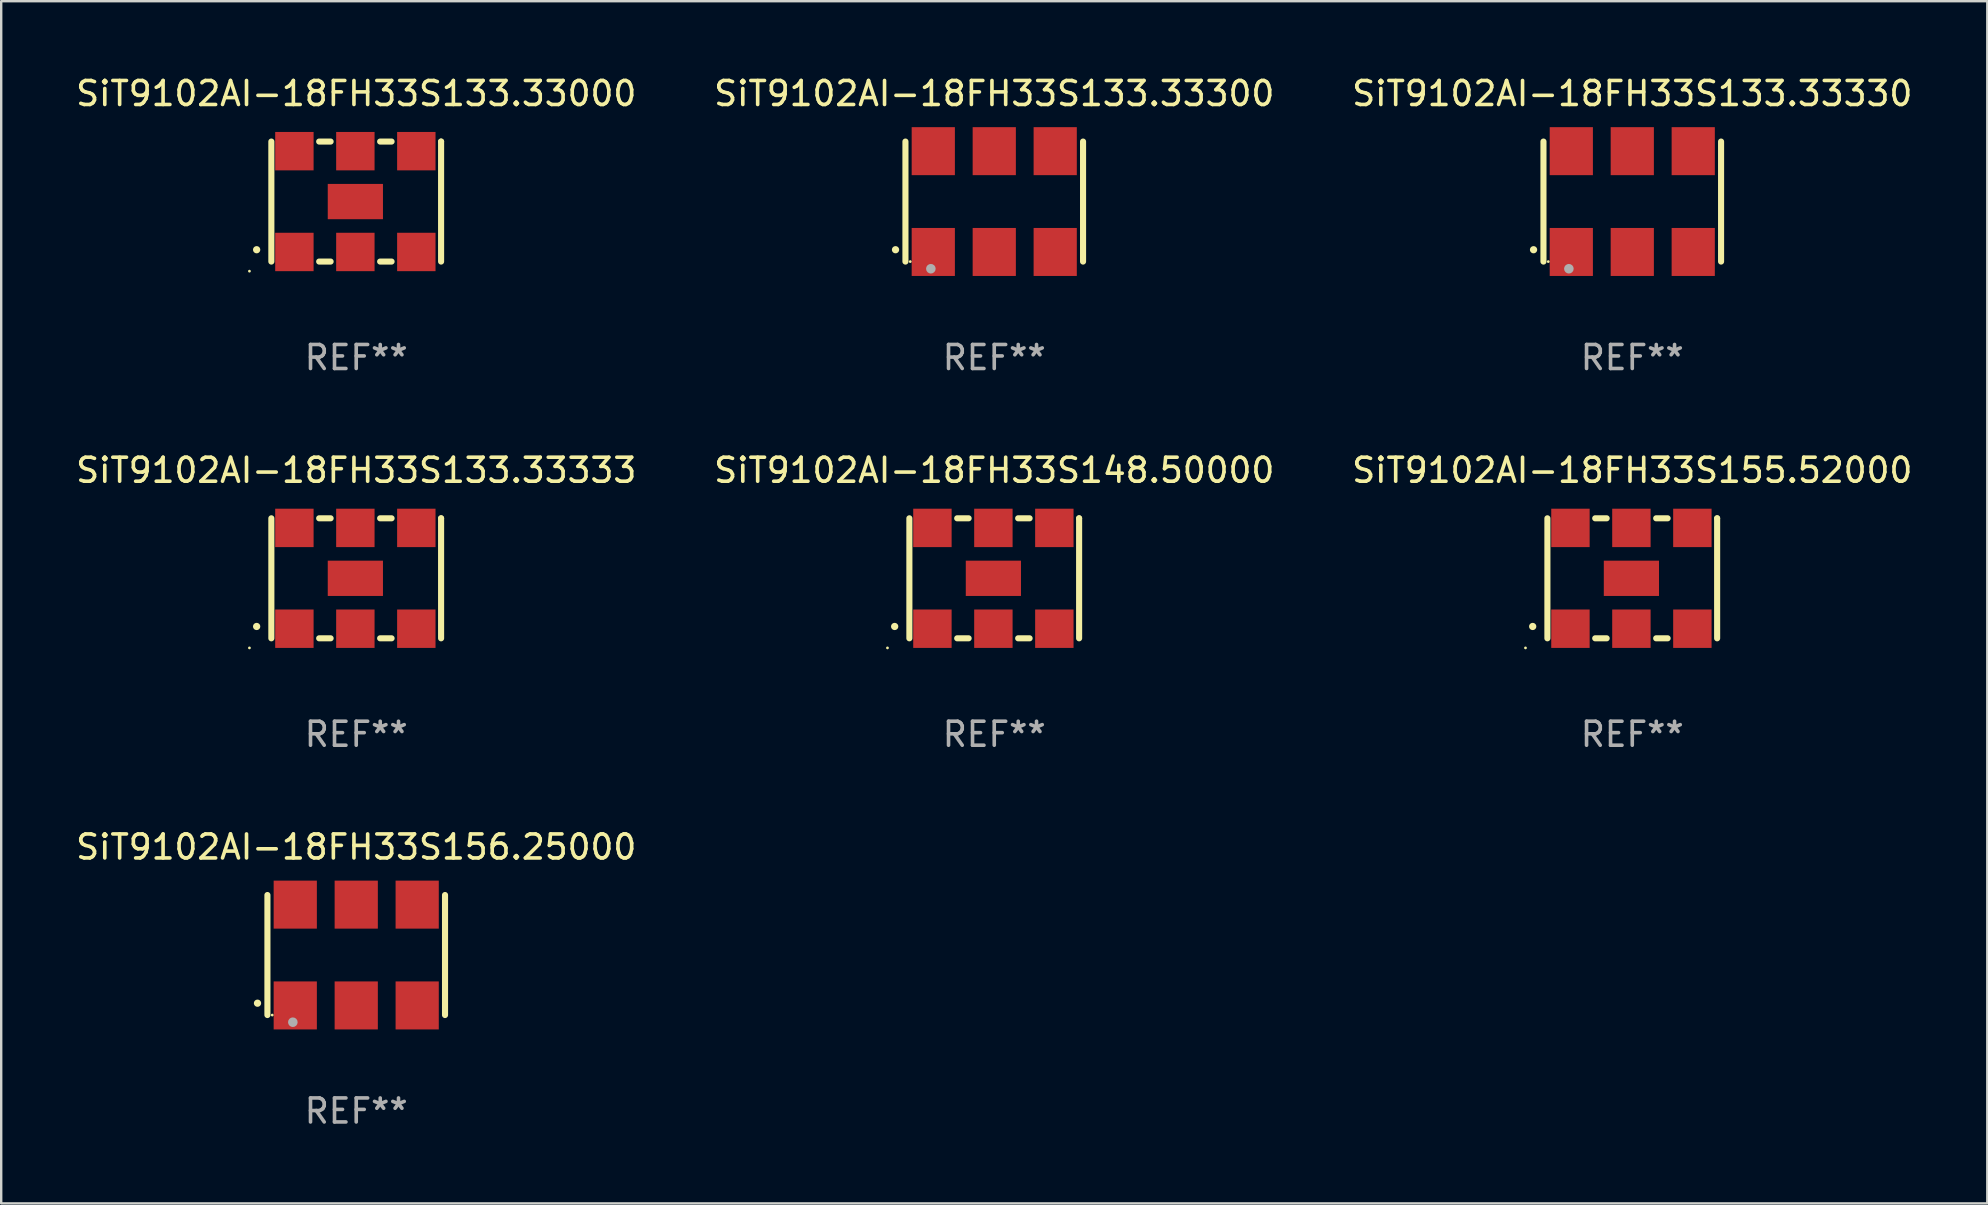
<source format=kicad_pcb>
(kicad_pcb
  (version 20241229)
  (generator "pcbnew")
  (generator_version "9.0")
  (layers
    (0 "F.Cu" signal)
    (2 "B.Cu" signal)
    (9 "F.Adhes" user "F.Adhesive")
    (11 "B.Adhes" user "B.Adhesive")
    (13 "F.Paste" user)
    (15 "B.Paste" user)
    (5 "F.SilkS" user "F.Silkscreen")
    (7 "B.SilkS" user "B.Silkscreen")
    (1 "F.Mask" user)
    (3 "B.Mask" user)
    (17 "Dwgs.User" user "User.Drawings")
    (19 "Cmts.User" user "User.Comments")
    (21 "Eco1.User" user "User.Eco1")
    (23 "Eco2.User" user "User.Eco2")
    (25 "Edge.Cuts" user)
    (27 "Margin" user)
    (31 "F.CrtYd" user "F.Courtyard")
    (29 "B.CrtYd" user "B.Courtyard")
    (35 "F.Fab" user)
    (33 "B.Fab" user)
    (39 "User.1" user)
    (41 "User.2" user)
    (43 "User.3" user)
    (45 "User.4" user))
  (footprint "SiT9102AI-18FH33S133.33333"
    (layer "F.Cu")
    (at 11.792 21.045)
    (property "Reference" "SiT9102AI-18FH33S133.33333" (at 0 -4.5 0) (layer "F.SilkS") (effects (font (size 1 1) (thickness 0.15))))
    (attr through_hole)
    (fp_line (start -3.536 -2.5) (end -3.536 2.5) (stroke (width 0.254) (type solid)) (layer "F.SilkS"))
    (fp_line (start -1.544 2.5) (end -1.067 2.5) (stroke (width 0.254) (type solid)) (layer "F.SilkS"))
    (fp_line (start -1.067 -2.5) (end -1.544 -2.5) (stroke (width 0.254) (type solid)) (layer "F.SilkS"))
    (fp_line (start 0.996 2.5) (end 1.473 2.5) (stroke (width 0.254) (type solid)) (layer "F.SilkS"))
    (fp_line (start 1.473 -2.5) (end 0.996 -2.5) (stroke (width 0.254) (type solid)) (layer "F.SilkS"))
    (fp_line (start 3.536 -2.5) (end 3.536 -2.5) (stroke (width 0.254) (type solid)) (layer "F.SilkS"))
    (fp_line (start 3.536 2.5) (end 3.536 -2.5) (stroke (width 0.254) (type solid)) (layer "F.SilkS"))
    (fp_arc (start -4.150432 2.006604) (mid -4.149162 2.006599) (end -4.147892 2.006604) (stroke (width 0.3) (type solid)) (layer "F.SilkS"))
    (fp_circle (center -4.449 2.9) (end -4.419 2.9) (stroke (width 0.06) (type solid)) (fill no) (layer "F.SilkS"))
    (fp_text user "REF**" (at 0 6.5 0) (layer "F.Fab") (effects (font (size 1 1) (thickness 0.15))))
    (pad "1" smd rect (at -2.576 2.1) (size 1.6 1.6) (layers "F.Cu" "F.Mask" "F.Paste"))
    (pad "2" smd rect (at -0.036 2.1) (size 1.6 1.6) (layers "F.Cu" "F.Mask" "F.Paste"))
    (pad "3" smd rect (at 2.504 2.1) (size 1.6 1.6) (layers "F.Cu" "F.Mask" "F.Paste"))
    (pad "4" smd rect (at 2.504 -2.1) (size 1.6 1.6) (layers "F.Cu" "F.Mask" "F.Paste"))
    (pad "5" smd rect (at -0.036 -2.1) (size 1.6 1.6) (layers "F.Cu" "F.Mask" "F.Paste"))
    (pad "6" smd rect (at -2.576 -2.1) (size 1.6 1.6) (layers "F.Cu" "F.Mask" "F.Paste"))
    (pad "7" smd rect (at -0.036 0) (size 2.3 1.47) (layers "F.Cu" "F.Mask" "F.Paste")))
  (footprint "SiT9102AI-18FH33S133.33000"
    (layer "F.Cu")
    (at 11.792 5.348)
    (property "Reference" "SiT9102AI-18FH33S133.33000" (at 0 -4.5 0) (layer "F.SilkS") (effects (font (size 1 1) (thickness 0.15))))
    (attr through_hole)
    (fp_line (start -3.536 -2.5) (end -3.536 2.5) (stroke (width 0.254) (type solid)) (layer "F.SilkS"))
    (fp_line (start -1.544 2.5) (end -1.067 2.5) (stroke (width 0.254) (type solid)) (layer "F.SilkS"))
    (fp_line (start -1.067 -2.5) (end -1.544 -2.5) (stroke (width 0.254) (type solid)) (layer "F.SilkS"))
    (fp_line (start 0.996 2.5) (end 1.473 2.5) (stroke (width 0.254) (type solid)) (layer "F.SilkS"))
    (fp_line (start 1.473 -2.5) (end 0.996 -2.5) (stroke (width 0.254) (type solid)) (layer "F.SilkS"))
    (fp_line (start 3.536 -2.5) (end 3.536 -2.5) (stroke (width 0.254) (type solid)) (layer "F.SilkS"))
    (fp_line (start 3.536 2.5) (end 3.536 -2.5) (stroke (width 0.254) (type solid)) (layer "F.SilkS"))
    (fp_arc (start -4.150432 2.006604) (mid -4.149162 2.006599) (end -4.147892 2.006604) (stroke (width 0.3) (type solid)) (layer "F.SilkS"))
    (fp_circle (center -4.449 2.9) (end -4.419 2.9) (stroke (width 0.06) (type solid)) (fill no) (layer "F.SilkS"))
    (fp_text user "REF**" (at 0 6.5 0) (layer "F.Fab") (effects (font (size 1 1) (thickness 0.15))))
    (pad "1" smd rect (at -2.576 2.1) (size 1.6 1.6) (layers "F.Cu" "F.Mask" "F.Paste"))
    (pad "2" smd rect (at -0.036 2.1) (size 1.6 1.6) (layers "F.Cu" "F.Mask" "F.Paste"))
    (pad "3" smd rect (at 2.504 2.1) (size 1.6 1.6) (layers "F.Cu" "F.Mask" "F.Paste"))
    (pad "4" smd rect (at 2.504 -2.1) (size 1.6 1.6) (layers "F.Cu" "F.Mask" "F.Paste"))
    (pad "5" smd rect (at -0.036 -2.1) (size 1.6 1.6) (layers "F.Cu" "F.Mask" "F.Paste"))
    (pad "6" smd rect (at -2.576 -2.1) (size 1.6 1.6) (layers "F.Cu" "F.Mask" "F.Paste"))
    (pad "7" smd rect (at -0.036 0) (size 2.3 1.47) (layers "F.Cu" "F.Mask" "F.Paste")))
  (footprint "SiT9102AI-18FH33S148.50000"
    (layer "F.Cu")
    (at 38.375 21.045)
    (property "Reference" "SiT9102AI-18FH33S148.50000" (at 0 -4.5 0) (layer "F.SilkS") (effects (font (size 1 1) (thickness 0.15))))
    (attr through_hole)
    (fp_line (start -3.536 -2.5) (end -3.536 2.5) (stroke (width 0.254) (type solid)) (layer "F.SilkS"))
    (fp_line (start -1.544 2.5) (end -1.067 2.5) (stroke (width 0.254) (type solid)) (layer "F.SilkS"))
    (fp_line (start -1.067 -2.5) (end -1.544 -2.5) (stroke (width 0.254) (type solid)) (layer "F.SilkS"))
    (fp_line (start 0.996 2.5) (end 1.473 2.5) (stroke (width 0.254) (type solid)) (layer "F.SilkS"))
    (fp_line (start 1.473 -2.5) (end 0.996 -2.5) (stroke (width 0.254) (type solid)) (layer "F.SilkS"))
    (fp_line (start 3.536 -2.5) (end 3.536 -2.5) (stroke (width 0.254) (type solid)) (layer "F.SilkS"))
    (fp_line (start 3.536 2.5) (end 3.536 -2.5) (stroke (width 0.254) (type solid)) (layer "F.SilkS"))
    (fp_arc (start -4.150432 2.006604) (mid -4.149162 2.006599) (end -4.147892 2.006604) (stroke (width 0.3) (type solid)) (layer "F.SilkS"))
    (fp_circle (center -4.449 2.9) (end -4.419 2.9) (stroke (width 0.06) (type solid)) (fill no) (layer "F.SilkS"))
    (fp_text user "REF**" (at 0 6.5 0) (layer "F.Fab") (effects (font (size 1 1) (thickness 0.15))))
    (pad "1" smd rect (at -2.576 2.1) (size 1.6 1.6) (layers "F.Cu" "F.Mask" "F.Paste"))
    (pad "2" smd rect (at -0.036 2.1) (size 1.6 1.6) (layers "F.Cu" "F.Mask" "F.Paste"))
    (pad "3" smd rect (at 2.504 2.1) (size 1.6 1.6) (layers "F.Cu" "F.Mask" "F.Paste"))
    (pad "4" smd rect (at 2.504 -2.1) (size 1.6 1.6) (layers "F.Cu" "F.Mask" "F.Paste"))
    (pad "5" smd rect (at -0.036 -2.1) (size 1.6 1.6) (layers "F.Cu" "F.Mask" "F.Paste"))
    (pad "6" smd rect (at -2.576 -2.1) (size 1.6 1.6) (layers "F.Cu" "F.Mask" "F.Paste"))
    (pad "7" smd rect (at -0.036 0) (size 2.3 1.47) (layers "F.Cu" "F.Mask" "F.Paste")))
  (footprint "SiT9102AI-18FH33S155.52000"
    (layer "F.Cu")
    (at 64.958 21.045)
    (property "Reference" "SiT9102AI-18FH33S155.52000" (at 0 -4.5 0) (layer "F.SilkS") (effects (font (size 1 1) (thickness 0.15))))
    (attr through_hole)
    (fp_line (start -3.536 -2.5) (end -3.536 2.5) (stroke (width 0.254) (type solid)) (layer "F.SilkS"))
    (fp_line (start -1.544 2.5) (end -1.067 2.5) (stroke (width 0.254) (type solid)) (layer "F.SilkS"))
    (fp_line (start -1.067 -2.5) (end -1.544 -2.5) (stroke (width 0.254) (type solid)) (layer "F.SilkS"))
    (fp_line (start 0.996 2.5) (end 1.473 2.5) (stroke (width 0.254) (type solid)) (layer "F.SilkS"))
    (fp_line (start 1.473 -2.5) (end 0.996 -2.5) (stroke (width 0.254) (type solid)) (layer "F.SilkS"))
    (fp_line (start 3.536 -2.5) (end 3.536 -2.5) (stroke (width 0.254) (type solid)) (layer "F.SilkS"))
    (fp_line (start 3.536 2.5) (end 3.536 -2.5) (stroke (width 0.254) (type solid)) (layer "F.SilkS"))
    (fp_arc (start -4.150432 2.006604) (mid -4.149162 2.006599) (end -4.147892 2.006604) (stroke (width 0.3) (type solid)) (layer "F.SilkS"))
    (fp_circle (center -4.449 2.9) (end -4.419 2.9) (stroke (width 0.06) (type solid)) (fill no) (layer "F.SilkS"))
    (fp_text user "REF**" (at 0 6.5 0) (layer "F.Fab") (effects (font (size 1 1) (thickness 0.15))))
    (pad "1" smd rect (at -2.576 2.1) (size 1.6 1.6) (layers "F.Cu" "F.Mask" "F.Paste"))
    (pad "2" smd rect (at -0.036 2.1) (size 1.6 1.6) (layers "F.Cu" "F.Mask" "F.Paste"))
    (pad "3" smd rect (at 2.504 2.1) (size 1.6 1.6) (layers "F.Cu" "F.Mask" "F.Paste"))
    (pad "4" smd rect (at 2.504 -2.1) (size 1.6 1.6) (layers "F.Cu" "F.Mask" "F.Paste"))
    (pad "5" smd rect (at -0.036 -2.1) (size 1.6 1.6) (layers "F.Cu" "F.Mask" "F.Paste"))
    (pad "6" smd rect (at -2.576 -2.1) (size 1.6 1.6) (layers "F.Cu" "F.Mask" "F.Paste"))
    (pad "7" smd rect (at -0.036 0) (size 2.3 1.47) (layers "F.Cu" "F.Mask" "F.Paste")))
  (footprint "SiT9102AI-18FH33S156.25000"
    (layer "F.Cu")
    (at 11.792 36.741)
    (property "Reference" "SiT9102AI-18FH33S156.25000" (at 0 -4.5 0) (layer "F.SilkS") (effects (font (size 1 1) (thickness 0.15))))
    (attr through_hole)
    (fp_line (start -3.7 -2.5) (end -3.7 2.5) (stroke (width 0.254) (type solid)) (layer "F.SilkS"))
    (fp_line (start 3.7 -2.5) (end 3.7 2.5) (stroke (width 0.254) (type solid)) (layer "F.SilkS"))
    (fp_arc (start -4.114415 2.006604) (mid -4.113145 2.006599) (end -4.111875 2.006604) (stroke (width 0.3) (type solid)) (layer "F.SilkS"))
    (fp_circle (center -3.5 2.501) (end -3.47 2.501) (stroke (width 0.06) (type solid)) (fill no) (layer "F.SilkS"))
    (fp_circle (center -2.641 2.799) (end -2.541 2.799) (stroke (width 0.2) (type solid)) (fill no) (layer "F.Fab"))
    (fp_text user "REF**" (at 0 6.5 0) (layer "F.Fab") (effects (font (size 1 1) (thickness 0.15))))
    (pad "1" smd rect (at -2.54 2.1) (size 1.8 2) (layers "F.Cu" "F.Mask" "F.Paste"))
    (pad "2" smd rect (at 0.000394 2.1) (size 1.8 2) (layers "F.Cu" "F.Mask" "F.Paste"))
    (pad "3" smd rect (at 2.54 2.1) (size 1.8 2) (layers "F.Cu" "F.Mask" "F.Paste"))
    (pad "4" smd rect (at 2.54 -2.1) (size 1.8 2) (layers "F.Cu" "F.Mask" "F.Paste"))
    (pad "5" smd rect (at 0.000394 -2.1) (size 1.8 2) (layers "F.Cu" "F.Mask" "F.Paste"))
    (pad "6" smd rect (at -2.54 -2.1) (size 1.8 2) (layers "F.Cu" "F.Mask" "F.Paste")))
  (footprint "SiT9102AI-18FH33S133.33330"
    (layer "F.Cu")
    (at 64.958 5.348)
    (property "Reference" "SiT9102AI-18FH33S133.33330" (at 0 -4.5 0) (layer "F.SilkS") (effects (font (size 1 1) (thickness 0.15))))
    (attr through_hole)
    (fp_line (start -3.7 -2.5) (end -3.7 2.5) (stroke (width 0.254) (type solid)) (layer "F.SilkS"))
    (fp_line (start 3.7 -2.5) (end 3.7 2.5) (stroke (width 0.254) (type solid)) (layer "F.SilkS"))
    (fp_arc (start -4.114415 2.006604) (mid -4.113145 2.006599) (end -4.111875 2.006604) (stroke (width 0.3) (type solid)) (layer "F.SilkS"))
    (fp_circle (center -3.5 2.501) (end -3.47 2.501) (stroke (width 0.06) (type solid)) (fill no) (layer "F.SilkS"))
    (fp_circle (center -2.641 2.799) (end -2.541 2.799) (stroke (width 0.2) (type solid)) (fill no) (layer "F.Fab"))
    (fp_text user "REF**" (at 0 6.5 0) (layer "F.Fab") (effects (font (size 1 1) (thickness 0.15))))
    (pad "1" smd rect (at -2.54 2.1) (size 1.8 2) (layers "F.Cu" "F.Mask" "F.Paste"))
    (pad "2" smd rect (at 0.000394 2.1) (size 1.8 2) (layers "F.Cu" "F.Mask" "F.Paste"))
    (pad "3" smd rect (at 2.54 2.1) (size 1.8 2) (layers "F.Cu" "F.Mask" "F.Paste"))
    (pad "4" smd rect (at 2.54 -2.1) (size 1.8 2) (layers "F.Cu" "F.Mask" "F.Paste"))
    (pad "5" smd rect (at 0.000394 -2.1) (size 1.8 2) (layers "F.Cu" "F.Mask" "F.Paste"))
    (pad "6" smd rect (at -2.54 -2.1) (size 1.8 2) (layers "F.Cu" "F.Mask" "F.Paste")))
  (footprint "SiT9102AI-18FH33S133.33300"
    (layer "F.Cu")
    (at 38.375 5.348)
    (property "Reference" "SiT9102AI-18FH33S133.33300" (at 0 -4.5 0) (layer "F.SilkS") (effects (font (size 1 1) (thickness 0.15))))
    (attr through_hole)
    (fp_line (start -3.7 -2.5) (end -3.7 2.5) (stroke (width 0.254) (type solid)) (layer "F.SilkS"))
    (fp_line (start 3.7 -2.5) (end 3.7 2.5) (stroke (width 0.254) (type solid)) (layer "F.SilkS"))
    (fp_arc (start -4.114415 2.006604) (mid -4.113145 2.006599) (end -4.111875 2.006604) (stroke (width 0.3) (type solid)) (layer "F.SilkS"))
    (fp_circle (center -3.5 2.501) (end -3.47 2.501) (stroke (width 0.06) (type solid)) (fill no) (layer "F.SilkS"))
    (fp_circle (center -2.641 2.799) (end -2.541 2.799) (stroke (width 0.2) (type solid)) (fill no) (layer "F.Fab"))
    (fp_text user "REF**" (at 0 6.5 0) (layer "F.Fab") (effects (font (size 1 1) (thickness 0.15))))
    (pad "1" smd rect (at -2.54 2.1) (size 1.8 2) (layers "F.Cu" "F.Mask" "F.Paste"))
    (pad "2" smd rect (at 0.000394 2.1) (size 1.8 2) (layers "F.Cu" "F.Mask" "F.Paste"))
    (pad "3" smd rect (at 2.54 2.1) (size 1.8 2) (layers "F.Cu" "F.Mask" "F.Paste"))
    (pad "4" smd rect (at 2.54 -2.1) (size 1.8 2) (layers "F.Cu" "F.Mask" "F.Paste"))
    (pad "5" smd rect (at 0.000394 -2.1) (size 1.8 2) (layers "F.Cu" "F.Mask" "F.Paste"))
    (pad "6" smd rect (at -2.54 -2.1) (size 1.8 2) (layers "F.Cu" "F.Mask" "F.Paste")))
  (gr_rect
    (start -3 -3)
    (end 79.75 47.09)
    (stroke (width 0.1) (type default))
    (fill no)
    (layer "Edge.Cuts")))
</source>
